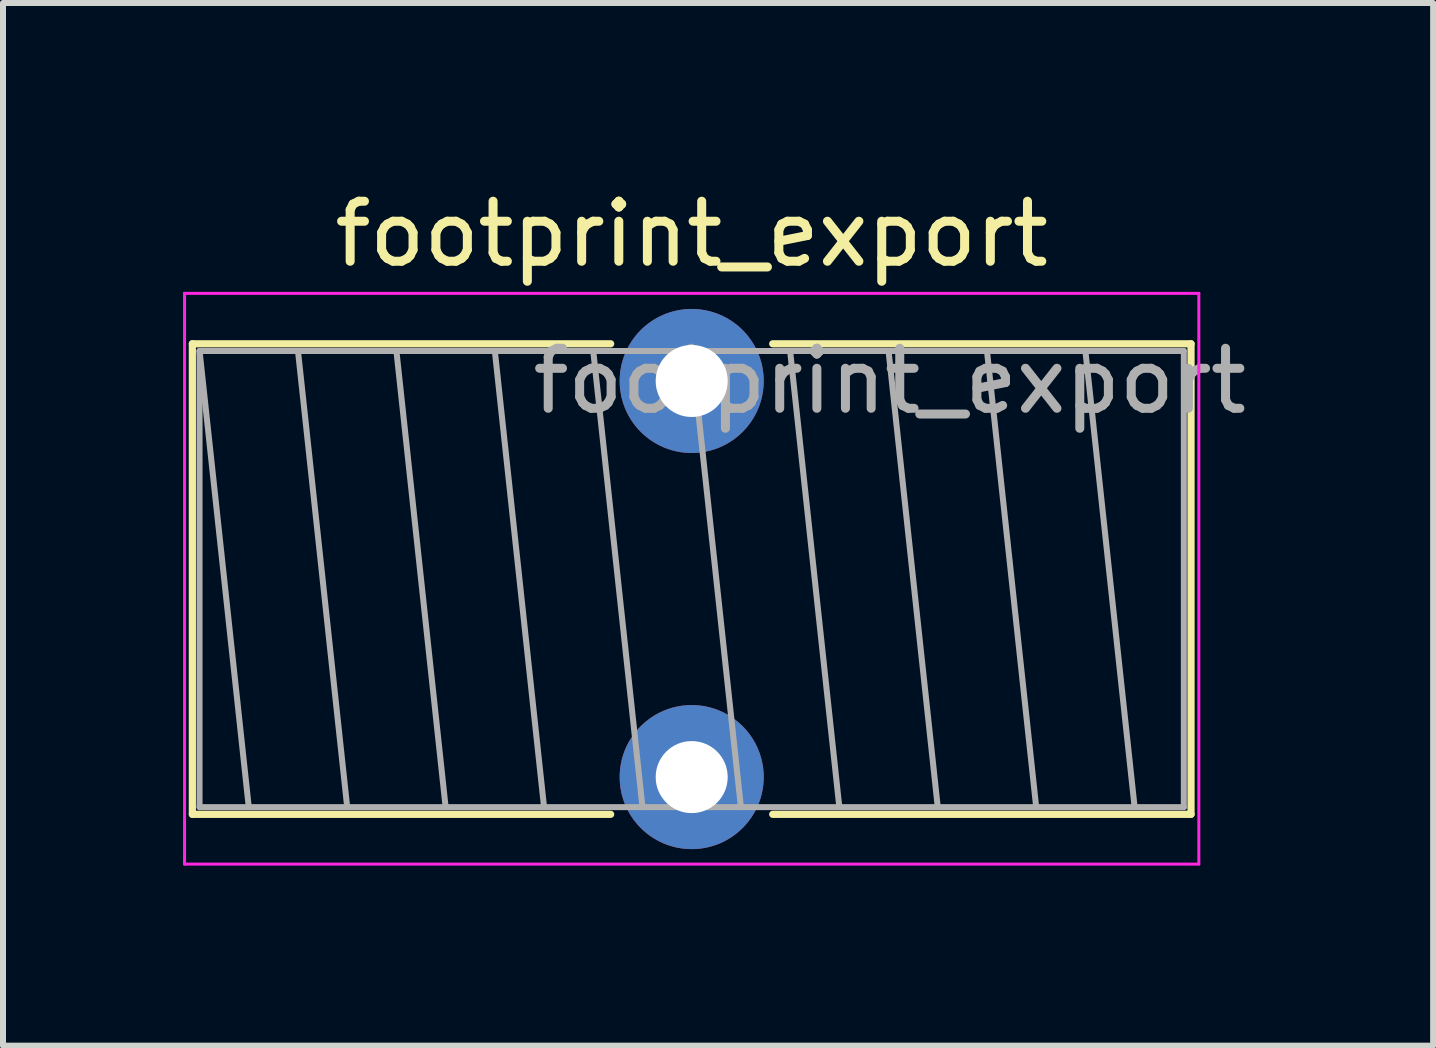
<source format=kicad_pcb>
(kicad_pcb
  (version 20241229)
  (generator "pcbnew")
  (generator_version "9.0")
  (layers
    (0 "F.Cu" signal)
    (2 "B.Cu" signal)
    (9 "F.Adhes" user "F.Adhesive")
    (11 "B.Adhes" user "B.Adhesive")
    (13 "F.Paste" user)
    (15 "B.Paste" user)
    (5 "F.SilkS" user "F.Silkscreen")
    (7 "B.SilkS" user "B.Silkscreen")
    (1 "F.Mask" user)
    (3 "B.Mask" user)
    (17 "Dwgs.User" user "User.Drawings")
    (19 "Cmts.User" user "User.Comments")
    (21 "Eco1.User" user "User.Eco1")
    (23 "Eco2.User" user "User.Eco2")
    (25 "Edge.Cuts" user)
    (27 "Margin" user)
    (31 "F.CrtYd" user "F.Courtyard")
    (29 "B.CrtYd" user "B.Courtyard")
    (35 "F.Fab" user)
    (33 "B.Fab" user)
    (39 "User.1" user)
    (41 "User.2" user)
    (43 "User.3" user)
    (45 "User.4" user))
  (footprint "footprint_export"
    (layer "F.Cu")
    (at 8.475 3.298)
    (property "Reference" "footprint_export" (at 0 -2.45 0) (layer "F.SilkS") (effects (font (size 1 1) (thickness 0.15))))
    (attr through_hole)
    (fp_line (start -8.32 -0.62) (end -8.32 7.22) (stroke (width 0.12) (type solid)) (layer "F.SilkS"))
    (fp_line (start -8.32 -0.62) (end -1.35 -0.62) (stroke (width 0.12) (type solid)) (layer "F.SilkS"))
    (fp_line (start -8.32 7.22) (end -1.35 7.22) (stroke (width 0.12) (type solid)) (layer "F.SilkS"))
    (fp_line (start 1.35 -0.62) (end 8.32 -0.62) (stroke (width 0.12) (type solid)) (layer "F.SilkS"))
    (fp_line (start 1.35 7.22) (end 8.32 7.22) (stroke (width 0.12) (type solid)) (layer "F.SilkS"))
    (fp_line (start 8.32 -0.62) (end 8.32 7.22) (stroke (width 0.12) (type solid)) (layer "F.SilkS"))
    (fp_line (start -8.45 -1.46) (end -8.45 8.05) (stroke (width 0.05) (type solid)) (layer "F.CrtYd"))
    (fp_line (start -8.45 8.05) (end 8.45 8.05) (stroke (width 0.05) (type solid)) (layer "F.CrtYd"))
    (fp_line (start 8.45 -1.46) (end -8.45 -1.46) (stroke (width 0.05) (type solid)) (layer "F.CrtYd"))
    (fp_line (start 8.45 8.05) (end 8.45 -1.46) (stroke (width 0.05) (type solid)) (layer "F.CrtYd"))
    (fp_line (start -8.2 -0.5) (end -8.2 7.1) (stroke (width 0.1) (type solid)) (layer "F.Fab"))
    (fp_line (start -8.2 -0.5) (end -7.38 7.1) (stroke (width 0.1) (type solid)) (layer "F.Fab"))
    (fp_line (start -8.2 7.1) (end 8.2 7.1) (stroke (width 0.1) (type solid)) (layer "F.Fab"))
    (fp_line (start -6.56 -0.5) (end -5.74 7.1) (stroke (width 0.1) (type solid)) (layer "F.Fab"))
    (fp_line (start -4.92 -0.5) (end -4.1 7.1) (stroke (width 0.1) (type solid)) (layer "F.Fab"))
    (fp_line (start -3.28 -0.5) (end -2.46 7.1) (stroke (width 0.1) (type solid)) (layer "F.Fab"))
    (fp_line (start -1.64 -0.5) (end -0.82 7.1) (stroke (width 0.1) (type solid)) (layer "F.Fab"))
    (fp_line (start 0 -0.5) (end 0.82 7.1) (stroke (width 0.1) (type solid)) (layer "F.Fab"))
    (fp_line (start 1.64 -0.5) (end 2.46 7.1) (stroke (width 0.1) (type solid)) (layer "F.Fab"))
    (fp_line (start 3.28 -0.5) (end 4.1 7.1) (stroke (width 0.1) (type solid)) (layer "F.Fab"))
    (fp_line (start 4.92 -0.5) (end 5.74 7.1) (stroke (width 0.1) (type solid)) (layer "F.Fab"))
    (fp_line (start 6.56 -0.5) (end 7.38 7.1) (stroke (width 0.1) (type solid)) (layer "F.Fab"))
    (fp_line (start 8.2 -0.5) (end -8.2 -0.5) (stroke (width 0.1) (type solid)) (layer "F.Fab"))
    (fp_line (start 8.2 7.1) (end 8.2 -0.5) (stroke (width 0.1) (type solid)) (layer "F.Fab"))
    (fp_text user "${REFERENCE}" (at 3.3 0 0) (layer "F.Fab") (effects (font (size 1 1) (thickness 0.15))))
    (pad "1" thru_hole circle (at 0 0) (size 2.4 2.4) (drill 1.2) (layers "*.Cu" "*.Mask"))
    (pad "2" thru_hole circle (at 0 6.6) (size 2.4 2.4) (drill 1.2) (layers "*.Cu" "*.Mask")))
  (gr_rect
    (start -3 -3)
    (end 20.829 14.373)
    (stroke (width 0.1) (type default))
    (fill no)
    (layer "Edge.Cuts")))
</source>
